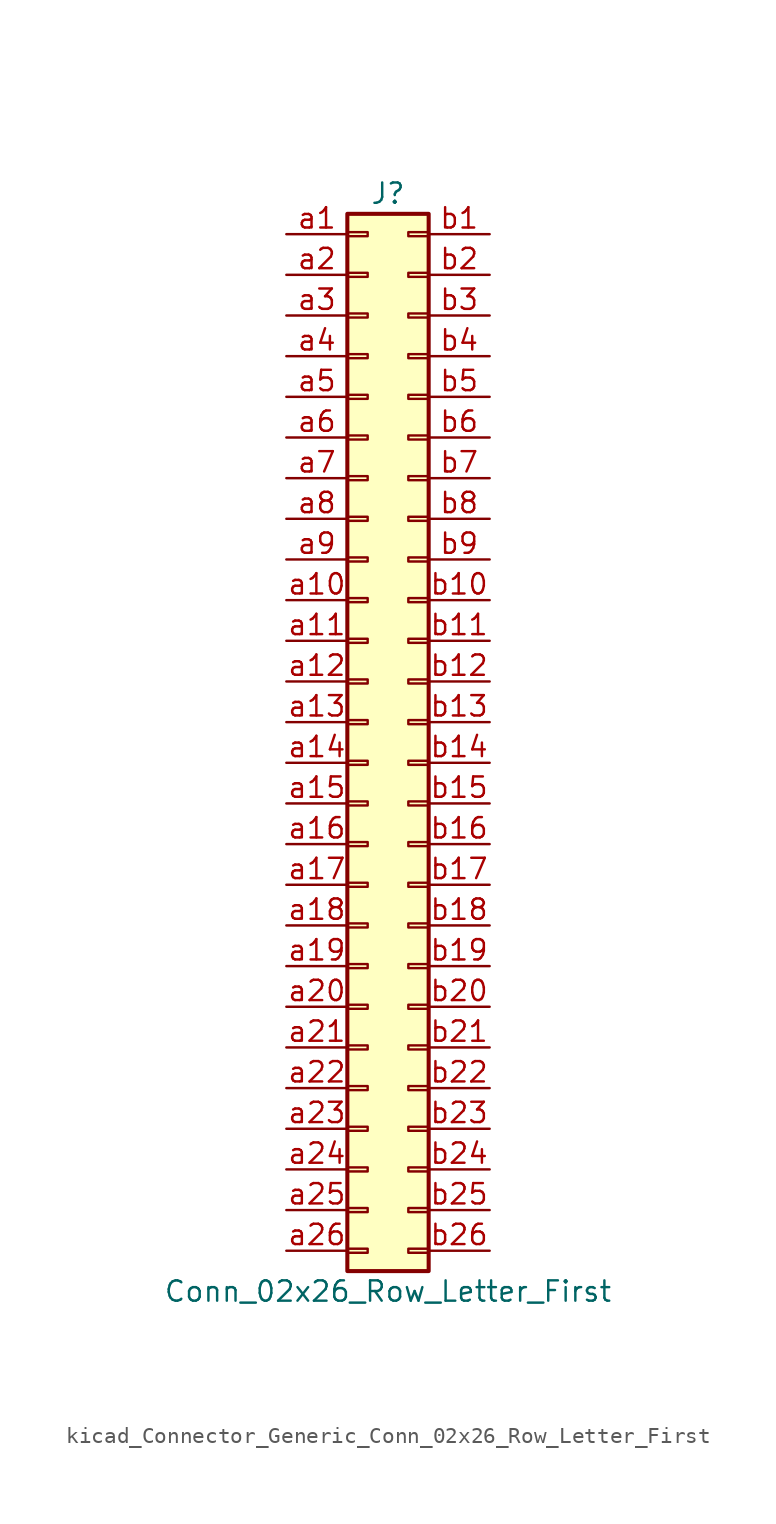
<source format=kicad_sym>
(kicad_symbol_lib
  (version 20220914)
  (generator kicad_symbol_editor)
  (symbol "kicad_Connector_Generic_Conn_02x26_Row_Letter_First"
    (pin_names
      (offset 1.016) hide)
    (property "Reference" "J"
      (at 1.27 33.02 0)
      (effects (font (size 1.27 1.27))))
    (property "Value" "Conn_02x26_Row_Letter_First"
      (at 1.27 -35.56 0)
      (effects (font (size 1.27 1.27))))
    (symbol "kicad_Connector_Generic_Conn_02x26_Row_Letter_First_1_1"
      (rectangle (start -1.27 -32.893) (end 0 -33.147) (stroke (width 0.152) (type default)) (fill (type none)))
      (rectangle (start -1.27 -30.353) (end 0 -30.607) (stroke (width 0.152) (type default)) (fill (type none)))
      (rectangle (start -1.27 -27.813) (end 0 -28.067) (stroke (width 0.152) (type default)) (fill (type none)))
      (rectangle (start -1.27 -25.273) (end 0 -25.527) (stroke (width 0.152) (type default)) (fill (type none)))
      (rectangle (start -1.27 -22.733) (end 0 -22.987) (stroke (width 0.152) (type default)) (fill (type none)))
      (rectangle (start -1.27 -20.193) (end 0 -20.447) (stroke (width 0.152) (type default)) (fill (type none)))
      (rectangle (start -1.27 -17.653) (end 0 -17.907) (stroke (width 0.152) (type default)) (fill (type none)))
      (rectangle (start -1.27 -15.113) (end 0 -15.367) (stroke (width 0.152) (type default)) (fill (type none)))
      (rectangle (start -1.27 -12.573) (end 0 -12.827) (stroke (width 0.152) (type default)) (fill (type none)))
      (rectangle (start -1.27 -10.033) (end 0 -10.287) (stroke (width 0.152) (type default)) (fill (type none)))
      (rectangle (start -1.27 -7.493) (end 0 -7.747) (stroke (width 0.152) (type default)) (fill (type none)))
      (rectangle (start -1.27 -4.953) (end 0 -5.207) (stroke (width 0.152) (type default)) (fill (type none)))
      (rectangle (start -1.27 -2.413) (end 0 -2.667) (stroke (width 0.152) (type default)) (fill (type none)))
      (rectangle (start -1.27 0.127) (end 0 -0.127) (stroke (width 0.152) (type default)) (fill (type none)))
      (rectangle (start -1.27 2.667) (end 0 2.413) (stroke (width 0.152) (type default)) (fill (type none)))
      (rectangle (start -1.27 5.207) (end 0 4.953) (stroke (width 0.152) (type default)) (fill (type none)))
      (rectangle (start -1.27 7.747) (end 0 7.493) (stroke (width 0.152) (type default)) (fill (type none)))
      (rectangle (start -1.27 10.287) (end 0 10.033) (stroke (width 0.152) (type default)) (fill (type none)))
      (rectangle (start -1.27 12.827) (end 0 12.573) (stroke (width 0.152) (type default)) (fill (type none)))
      (rectangle (start -1.27 15.367) (end 0 15.113) (stroke (width 0.152) (type default)) (fill (type none)))
      (rectangle (start -1.27 17.907) (end 0 17.653) (stroke (width 0.152) (type default)) (fill (type none)))
      (rectangle (start -1.27 20.447) (end 0 20.193) (stroke (width 0.152) (type default)) (fill (type none)))
      (rectangle (start -1.27 22.987) (end 0 22.733) (stroke (width 0.152) (type default)) (fill (type none)))
      (rectangle (start -1.27 25.527) (end 0 25.273) (stroke (width 0.152) (type default)) (fill (type none)))
      (rectangle (start -1.27 28.067) (end 0 27.813) (stroke (width 0.152) (type default)) (fill (type none)))
      (rectangle (start -1.27 30.607) (end 0 30.353) (stroke (width 0.152) (type default)) (fill (type none)))
      (rectangle (start -1.27 31.75) (end 3.81 -34.29) (stroke (width 0.254) (type default)) (fill (type background)))
      (rectangle (start 3.81 -32.893) (end 2.54 -33.147) (stroke (width 0.152) (type default)) (fill (type none)))
      (rectangle (start 3.81 -30.353) (end 2.54 -30.607) (stroke (width 0.152) (type default)) (fill (type none)))
      (rectangle (start 3.81 -27.813) (end 2.54 -28.067) (stroke (width 0.152) (type default)) (fill (type none)))
      (rectangle (start 3.81 -25.273) (end 2.54 -25.527) (stroke (width 0.152) (type default)) (fill (type none)))
      (rectangle (start 3.81 -22.733) (end 2.54 -22.987) (stroke (width 0.152) (type default)) (fill (type none)))
      (rectangle (start 3.81 -20.193) (end 2.54 -20.447) (stroke (width 0.152) (type default)) (fill (type none)))
      (rectangle (start 3.81 -17.653) (end 2.54 -17.907) (stroke (width 0.152) (type default)) (fill (type none)))
      (rectangle (start 3.81 -15.113) (end 2.54 -15.367) (stroke (width 0.152) (type default)) (fill (type none)))
      (rectangle (start 3.81 -12.573) (end 2.54 -12.827) (stroke (width 0.152) (type default)) (fill (type none)))
      (rectangle (start 3.81 -10.033) (end 2.54 -10.287) (stroke (width 0.152) (type default)) (fill (type none)))
      (rectangle (start 3.81 -7.493) (end 2.54 -7.747) (stroke (width 0.152) (type default)) (fill (type none)))
      (rectangle (start 3.81 -4.953) (end 2.54 -5.207) (stroke (width 0.152) (type default)) (fill (type none)))
      (rectangle (start 3.81 -2.413) (end 2.54 -2.667) (stroke (width 0.152) (type default)) (fill (type none)))
      (rectangle (start 3.81 0.127) (end 2.54 -0.127) (stroke (width 0.152) (type default)) (fill (type none)))
      (rectangle (start 3.81 2.667) (end 2.54 2.413) (stroke (width 0.152) (type default)) (fill (type none)))
      (rectangle (start 3.81 5.207) (end 2.54 4.953) (stroke (width 0.152) (type default)) (fill (type none)))
      (rectangle (start 3.81 7.747) (end 2.54 7.493) (stroke (width 0.152) (type default)) (fill (type none)))
      (rectangle (start 3.81 10.287) (end 2.54 10.033) (stroke (width 0.152) (type default)) (fill (type none)))
      (rectangle (start 3.81 12.827) (end 2.54 12.573) (stroke (width 0.152) (type default)) (fill (type none)))
      (rectangle (start 3.81 15.367) (end 2.54 15.113) (stroke (width 0.152) (type default)) (fill (type none)))
      (rectangle (start 3.81 17.907) (end 2.54 17.653) (stroke (width 0.152) (type default)) (fill (type none)))
      (rectangle (start 3.81 20.447) (end 2.54 20.193) (stroke (width 0.152) (type default)) (fill (type none)))
      (rectangle (start 3.81 22.987) (end 2.54 22.733) (stroke (width 0.152) (type default)) (fill (type none)))
      (rectangle (start 3.81 25.527) (end 2.54 25.273) (stroke (width 0.152) (type default)) (fill (type none)))
      (rectangle (start 3.81 28.067) (end 2.54 27.813) (stroke (width 0.152) (type default)) (fill (type none)))
      (rectangle (start 3.81 30.607) (end 2.54 30.353) (stroke (width 0.152) (type default)) (fill (type none)))
      (pin passive line (at -5.08 30.48 0) (length 3.81) (name "Pin_a1" (effects (font (size 1.27 1.27)))) (number "a1" (effects (font (size 1.27 1.27)))))
      (pin passive line (at -5.08 7.62 0) (length 3.81) (name "Pin_a10" (effects (font (size 1.27 1.27)))) (number "a10" (effects (font (size 1.27 1.27)))))
      (pin passive line (at -5.08 5.08 0) (length 3.81) (name "Pin_a11" (effects (font (size 1.27 1.27)))) (number "a11" (effects (font (size 1.27 1.27)))))
      (pin passive line (at -5.08 2.54 0) (length 3.81) (name "Pin_a12" (effects (font (size 1.27 1.27)))) (number "a12" (effects (font (size 1.27 1.27)))))
      (pin passive line (at -5.08 0 0) (length 3.81) (name "Pin_a13" (effects (font (size 1.27 1.27)))) (number "a13" (effects (font (size 1.27 1.27)))))
      (pin passive line (at -5.08 -2.54 0) (length 3.81) (name "Pin_a14" (effects (font (size 1.27 1.27)))) (number "a14" (effects (font (size 1.27 1.27)))))
      (pin passive line (at -5.08 -5.08 0) (length 3.81) (name "Pin_a15" (effects (font (size 1.27 1.27)))) (number "a15" (effects (font (size 1.27 1.27)))))
      (pin passive line (at -5.08 -7.62 0) (length 3.81) (name "Pin_a16" (effects (font (size 1.27 1.27)))) (number "a16" (effects (font (size 1.27 1.27)))))
      (pin passive line (at -5.08 -10.16 0) (length 3.81) (name "Pin_a17" (effects (font (size 1.27 1.27)))) (number "a17" (effects (font (size 1.27 1.27)))))
      (pin passive line (at -5.08 -12.7 0) (length 3.81) (name "Pin_a18" (effects (font (size 1.27 1.27)))) (number "a18" (effects (font (size 1.27 1.27)))))
      (pin passive line (at -5.08 -15.24 0) (length 3.81) (name "Pin_a19" (effects (font (size 1.27 1.27)))) (number "a19" (effects (font (size 1.27 1.27)))))
      (pin passive line (at -5.08 27.94 0) (length 3.81) (name "Pin_a2" (effects (font (size 1.27 1.27)))) (number "a2" (effects (font (size 1.27 1.27)))))
      (pin passive line (at -5.08 -17.78 0) (length 3.81) (name "Pin_a20" (effects (font (size 1.27 1.27)))) (number "a20" (effects (font (size 1.27 1.27)))))
      (pin passive line (at -5.08 -20.32 0) (length 3.81) (name "Pin_a21" (effects (font (size 1.27 1.27)))) (number "a21" (effects (font (size 1.27 1.27)))))
      (pin passive line (at -5.08 -22.86 0) (length 3.81) (name "Pin_a22" (effects (font (size 1.27 1.27)))) (number "a22" (effects (font (size 1.27 1.27)))))
      (pin passive line (at -5.08 -25.4 0) (length 3.81) (name "Pin_a23" (effects (font (size 1.27 1.27)))) (number "a23" (effects (font (size 1.27 1.27)))))
      (pin passive line (at -5.08 -27.94 0) (length 3.81) (name "Pin_a24" (effects (font (size 1.27 1.27)))) (number "a24" (effects (font (size 1.27 1.27)))))
      (pin passive line (at -5.08 -30.48 0) (length 3.81) (name "Pin_a25" (effects (font (size 1.27 1.27)))) (number "a25" (effects (font (size 1.27 1.27)))))
      (pin passive line (at -5.08 -33.02 0) (length 3.81) (name "Pin_a26" (effects (font (size 1.27 1.27)))) (number "a26" (effects (font (size 1.27 1.27)))))
      (pin passive line (at -5.08 25.4 0) (length 3.81) (name "Pin_a3" (effects (font (size 1.27 1.27)))) (number "a3" (effects (font (size 1.27 1.27)))))
      (pin passive line (at -5.08 22.86 0) (length 3.81) (name "Pin_a4" (effects (font (size 1.27 1.27)))) (number "a4" (effects (font (size 1.27 1.27)))))
      (pin passive line (at -5.08 20.32 0) (length 3.81) (name "Pin_a5" (effects (font (size 1.27 1.27)))) (number "a5" (effects (font (size 1.27 1.27)))))
      (pin passive line (at -5.08 17.78 0) (length 3.81) (name "Pin_a6" (effects (font (size 1.27 1.27)))) (number "a6" (effects (font (size 1.27 1.27)))))
      (pin passive line (at -5.08 15.24 0) (length 3.81) (name "Pin_a7" (effects (font (size 1.27 1.27)))) (number "a7" (effects (font (size 1.27 1.27)))))
      (pin passive line (at -5.08 12.7 0) (length 3.81) (name "Pin_a8" (effects (font (size 1.27 1.27)))) (number "a8" (effects (font (size 1.27 1.27)))))
      (pin passive line (at -5.08 10.16 0) (length 3.81) (name "Pin_a9" (effects (font (size 1.27 1.27)))) (number "a9" (effects (font (size 1.27 1.27)))))
      (pin passive line (at 7.62 30.48 180) (length 3.81) (name "Pin_b1" (effects (font (size 1.27 1.27)))) (number "b1" (effects (font (size 1.27 1.27)))))
      (pin passive line (at 7.62 7.62 180) (length 3.81) (name "Pin_b10" (effects (font (size 1.27 1.27)))) (number "b10" (effects (font (size 1.27 1.27)))))
      (pin passive line (at 7.62 5.08 180) (length 3.81) (name "Pin_b11" (effects (font (size 1.27 1.27)))) (number "b11" (effects (font (size 1.27 1.27)))))
      (pin passive line (at 7.62 2.54 180) (length 3.81) (name "Pin_b12" (effects (font (size 1.27 1.27)))) (number "b12" (effects (font (size 1.27 1.27)))))
      (pin passive line (at 7.62 0 180) (length 3.81) (name "Pin_b13" (effects (font (size 1.27 1.27)))) (number "b13" (effects (font (size 1.27 1.27)))))
      (pin passive line (at 7.62 -2.54 180) (length 3.81) (name "Pin_b14" (effects (font (size 1.27 1.27)))) (number "b14" (effects (font (size 1.27 1.27)))))
      (pin passive line (at 7.62 -5.08 180) (length 3.81) (name "Pin_b15" (effects (font (size 1.27 1.27)))) (number "b15" (effects (font (size 1.27 1.27)))))
      (pin passive line (at 7.62 -7.62 180) (length 3.81) (name "Pin_b16" (effects (font (size 1.27 1.27)))) (number "b16" (effects (font (size 1.27 1.27)))))
      (pin passive line (at 7.62 -10.16 180) (length 3.81) (name "Pin_b17" (effects (font (size 1.27 1.27)))) (number "b17" (effects (font (size 1.27 1.27)))))
      (pin passive line (at 7.62 -12.7 180) (length 3.81) (name "Pin_b18" (effects (font (size 1.27 1.27)))) (number "b18" (effects (font (size 1.27 1.27)))))
      (pin passive line (at 7.62 -15.24 180) (length 3.81) (name "Pin_b19" (effects (font (size 1.27 1.27)))) (number "b19" (effects (font (size 1.27 1.27)))))
      (pin passive line (at 7.62 27.94 180) (length 3.81) (name "Pin_b2" (effects (font (size 1.27 1.27)))) (number "b2" (effects (font (size 1.27 1.27)))))
      (pin passive line (at 7.62 -17.78 180) (length 3.81) (name "Pin_b20" (effects (font (size 1.27 1.27)))) (number "b20" (effects (font (size 1.27 1.27)))))
      (pin passive line (at 7.62 -20.32 180) (length 3.81) (name "Pin_b21" (effects (font (size 1.27 1.27)))) (number "b21" (effects (font (size 1.27 1.27)))))
      (pin passive line (at 7.62 -22.86 180) (length 3.81) (name "Pin_b22" (effects (font (size 1.27 1.27)))) (number "b22" (effects (font (size 1.27 1.27)))))
      (pin passive line (at 7.62 -25.4 180) (length 3.81) (name "Pin_b23" (effects (font (size 1.27 1.27)))) (number "b23" (effects (font (size 1.27 1.27)))))
      (pin passive line (at 7.62 -27.94 180) (length 3.81) (name "Pin_b24" (effects (font (size 1.27 1.27)))) (number "b24" (effects (font (size 1.27 1.27)))))
      (pin passive line (at 7.62 -30.48 180) (length 3.81) (name "Pin_b25" (effects (font (size 1.27 1.27)))) (number "b25" (effects (font (size 1.27 1.27)))))
      (pin passive line (at 7.62 -33.02 180) (length 3.81) (name "Pin_b26" (effects (font (size 1.27 1.27)))) (number "b26" (effects (font (size 1.27 1.27)))))
      (pin passive line (at 7.62 25.4 180) (length 3.81) (name "Pin_b3" (effects (font (size 1.27 1.27)))) (number "b3" (effects (font (size 1.27 1.27)))))
      (pin passive line (at 7.62 22.86 180) (length 3.81) (name "Pin_b4" (effects (font (size 1.27 1.27)))) (number "b4" (effects (font (size 1.27 1.27)))))
      (pin passive line (at 7.62 20.32 180) (length 3.81) (name "Pin_b5" (effects (font (size 1.27 1.27)))) (number "b5" (effects (font (size 1.27 1.27)))))
      (pin passive line (at 7.62 17.78 180) (length 3.81) (name "Pin_b6" (effects (font (size 1.27 1.27)))) (number "b6" (effects (font (size 1.27 1.27)))))
      (pin passive line (at 7.62 15.24 180) (length 3.81) (name "Pin_b7" (effects (font (size 1.27 1.27)))) (number "b7" (effects (font (size 1.27 1.27)))))
      (pin passive line (at 7.62 12.7 180) (length 3.81) (name "Pin_b8" (effects (font (size 1.27 1.27)))) (number "b8" (effects (font (size 1.27 1.27)))))
      (pin passive line (at 7.62 10.16 180) (length 3.81) (name "Pin_b9" (effects (font (size 1.27 1.27)))) (number "b9" (effects (font (size 1.27 1.27))))))))
</source>
